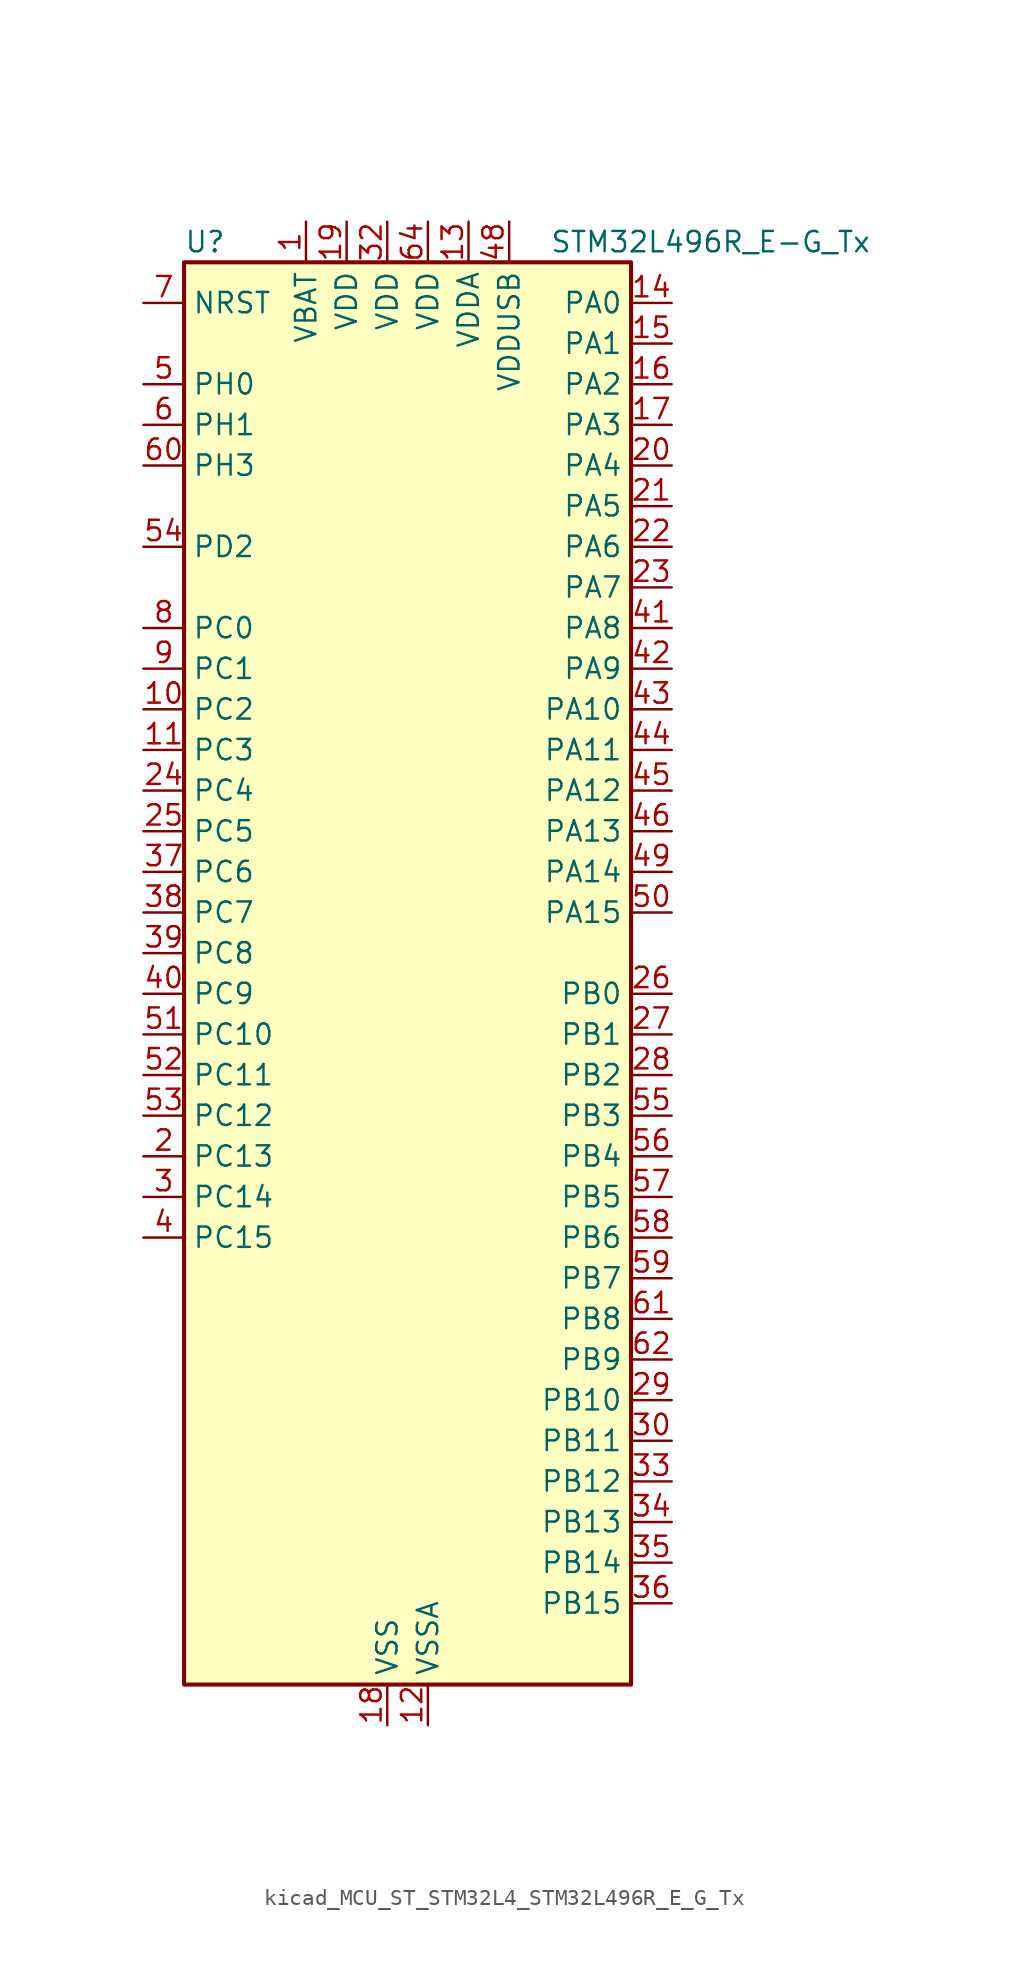
<source format=kicad_sym>
(kicad_symbol_lib
  (version 20220914)
  (generator kicad_symbol_editor)
  (symbol "kicad_MCU_ST_STM32L4_STM32L496R_E_G_Tx"
    (property "Reference" "U"
      (at -12.7 46.99 0)
      (effects (font (size 1.27 1.27)) (justify left)))
    (property "Value" "STM32L496R_E-G_Tx"
      (at 10.16 46.99 0)
      (effects (font (size 1.27 1.27)) (justify left)))
    (property "ki_locked" ""
      (at 0 0 0)
      (effects (font (size 1.27 1.27))))
    (symbol "kicad_MCU_ST_STM32L4_STM32L496R_E_G_Tx_0_1"
      (rectangle (start -12.7 -43.18) (end 15.24 45.72) (stroke (width 0.254) (type default)) (fill (type background))))
    (symbol "kicad_MCU_ST_STM32L4_STM32L496R_E_G_Tx_1_1"
      (pin power_in line (at -5.08 48.26 270) (length 2.54) (name "VBAT" (effects (font (size 1.27 1.27)))) (number "1" (effects (font (size 1.27 1.27)))))
      (pin bidirectional line (at -15.24 17.78 0) (length 2.54) (name "PC2" (effects (font (size 1.27 1.27)))) (number "10" (effects (font (size 1.27 1.27)))) (alternate "ADC1_IN3" bidirectional line) (alternate "ADC2_IN3" bidirectional line) (alternate "ADC3_IN3" bidirectional line) (alternate "DFSDM1_CKOUT" bidirectional line) (alternate "LCD_SEG20" bidirectional line) (alternate "LPTIM1_IN2" bidirectional line) (alternate "QUADSPI_BK2_IO1" bidirectional line) (alternate "SPI2_MISO" bidirectional line))
      (pin bidirectional line (at -15.24 15.24 0) (length 2.54) (name "PC3" (effects (font (size 1.27 1.27)))) (number "11" (effects (font (size 1.27 1.27)))) (alternate "ADC1_IN4" bidirectional line) (alternate "ADC2_IN4" bidirectional line) (alternate "ADC3_IN4" bidirectional line) (alternate "LCD_VLCD" bidirectional line) (alternate "LPTIM1_ETR" bidirectional line) (alternate "LPTIM2_ETR" bidirectional line) (alternate "QUADSPI_BK2_IO2" bidirectional line) (alternate "SAI1_SD_A" bidirectional line) (alternate "SPI2_MOSI" bidirectional line))
      (pin power_in line (at 2.54 -45.72 90) (length 2.54) (name "VSSA" (effects (font (size 1.27 1.27)))) (number "12" (effects (font (size 1.27 1.27)))))
      (pin power_in line (at 5.08 48.26 270) (length 2.54) (name "VDDA" (effects (font (size 1.27 1.27)))) (number "13" (effects (font (size 1.27 1.27)))))
      (pin bidirectional line (at 17.78 43.18 180) (length 2.54) (name "PA0" (effects (font (size 1.27 1.27)))) (number "14" (effects (font (size 1.27 1.27)))) (alternate "ADC1_IN5" bidirectional line) (alternate "ADC2_IN5" bidirectional line) (alternate "OPAMP1_VINP" bidirectional line) (alternate "RTC_TAMP2" bidirectional line) (alternate "SAI1_EXTCLK" bidirectional line) (alternate "SYS_WKUP1" bidirectional line) (alternate "TIM2_CH1" bidirectional line) (alternate "TIM2_ETR" bidirectional line) (alternate "TIM5_CH1" bidirectional line) (alternate "TIM8_ETR" bidirectional line) (alternate "UART4_TX" bidirectional line) (alternate "USART2_CTS" bidirectional line))
      (pin bidirectional line (at 17.78 40.64 180) (length 2.54) (name "PA1" (effects (font (size 1.27 1.27)))) (number "15" (effects (font (size 1.27 1.27)))) (alternate "ADC1_IN6" bidirectional line) (alternate "ADC2_IN6" bidirectional line) (alternate "I2C1_SMBA" bidirectional line) (alternate "LCD_SEG0" bidirectional line) (alternate "OPAMP1_VINM" bidirectional line) (alternate "SPI1_SCK" bidirectional line) (alternate "TIM15_CH1N" bidirectional line) (alternate "TIM2_CH2" bidirectional line) (alternate "TIM5_CH2" bidirectional line) (alternate "UART4_RX" bidirectional line) (alternate "USART2_DE" bidirectional line) (alternate "USART2_RTS" bidirectional line))
      (pin bidirectional line (at 17.78 38.1 180) (length 2.54) (name "PA2" (effects (font (size 1.27 1.27)))) (number "16" (effects (font (size 1.27 1.27)))) (alternate "ADC1_IN7" bidirectional line) (alternate "ADC2_IN7" bidirectional line) (alternate "LCD_SEG1" bidirectional line) (alternate "LPUART1_TX" bidirectional line) (alternate "QUADSPI_BK1_NCS" bidirectional line) (alternate "RCC_LSCO" bidirectional line) (alternate "SAI2_EXTCLK" bidirectional line) (alternate "SYS_WKUP4" bidirectional line) (alternate "TIM15_CH1" bidirectional line) (alternate "TIM2_CH3" bidirectional line) (alternate "TIM5_CH3" bidirectional line) (alternate "USART2_TX" bidirectional line))
      (pin bidirectional line (at 17.78 35.56 180) (length 2.54) (name "PA3" (effects (font (size 1.27 1.27)))) (number "17" (effects (font (size 1.27 1.27)))) (alternate "ADC1_IN8" bidirectional line) (alternate "ADC2_IN8" bidirectional line) (alternate "LCD_SEG2" bidirectional line) (alternate "LPUART1_RX" bidirectional line) (alternate "OPAMP1_VOUT" bidirectional line) (alternate "QUADSPI_CLK" bidirectional line) (alternate "SAI1_MCLK_A" bidirectional line) (alternate "TIM15_CH2" bidirectional line) (alternate "TIM2_CH4" bidirectional line) (alternate "TIM5_CH4" bidirectional line) (alternate "USART2_RX" bidirectional line))
      (pin power_in line (at 0 -45.72 90) (length 2.54) (name "VSS" (effects (font (size 1.27 1.27)))) (number "18" (effects (font (size 1.27 1.27)))))
      (pin power_in line (at -2.54 48.26 270) (length 2.54) (name "VDD" (effects (font (size 1.27 1.27)))) (number "19" (effects (font (size 1.27 1.27)))))
      (pin bidirectional line (at -15.24 -10.16 0) (length 2.54) (name "PC13" (effects (font (size 1.27 1.27)))) (number "2" (effects (font (size 1.27 1.27)))) (alternate "RTC_OUT_ALARM" bidirectional line) (alternate "RTC_OUT_CALIB" bidirectional line) (alternate "RTC_TAMP1" bidirectional line) (alternate "RTC_TS" bidirectional line) (alternate "SYS_WKUP2" bidirectional line))
      (pin bidirectional line (at 17.78 33.02 180) (length 2.54) (name "PA4" (effects (font (size 1.27 1.27)))) (number "20" (effects (font (size 1.27 1.27)))) (alternate "ADC1_IN9" bidirectional line) (alternate "ADC2_IN9" bidirectional line) (alternate "DAC1_OUT1" bidirectional line) (alternate "DCMI_HSYNC" bidirectional line) (alternate "LPTIM2_OUT" bidirectional line) (alternate "SAI1_FS_B" bidirectional line) (alternate "SPI1_NSS" bidirectional line) (alternate "SPI3_NSS" bidirectional line) (alternate "USART2_CK" bidirectional line))
      (pin bidirectional line (at 17.78 30.48 180) (length 2.54) (name "PA5" (effects (font (size 1.27 1.27)))) (number "21" (effects (font (size 1.27 1.27)))) (alternate "ADC1_IN10" bidirectional line) (alternate "ADC2_IN10" bidirectional line) (alternate "DAC1_OUT2" bidirectional line) (alternate "LPTIM2_ETR" bidirectional line) (alternate "SPI1_SCK" bidirectional line) (alternate "TIM2_CH1" bidirectional line) (alternate "TIM2_ETR" bidirectional line) (alternate "TIM8_CH1N" bidirectional line))
      (pin bidirectional line (at 17.78 27.94 180) (length 2.54) (name "PA6" (effects (font (size 1.27 1.27)))) (number "22" (effects (font (size 1.27 1.27)))) (alternate "ADC1_IN11" bidirectional line) (alternate "ADC2_IN11" bidirectional line) (alternate "DCMI_PIXCLK" bidirectional line) (alternate "LCD_SEG3" bidirectional line) (alternate "LPUART1_CTS" bidirectional line) (alternate "OPAMP2_VINP" bidirectional line) (alternate "QUADSPI_BK1_IO3" bidirectional line) (alternate "SPI1_MISO" bidirectional line) (alternate "TIM16_CH1" bidirectional line) (alternate "TIM1_BKIN" bidirectional line) (alternate "TIM1_BKIN_COMP2" bidirectional line) (alternate "TIM3_CH1" bidirectional line) (alternate "TIM8_BKIN" bidirectional line) (alternate "TIM8_BKIN_COMP2" bidirectional line) (alternate "USART3_CTS" bidirectional line))
      (pin bidirectional line (at 17.78 25.4 180) (length 2.54) (name "PA7" (effects (font (size 1.27 1.27)))) (number "23" (effects (font (size 1.27 1.27)))) (alternate "ADC1_IN12" bidirectional line) (alternate "ADC2_IN12" bidirectional line) (alternate "I2C3_SCL" bidirectional line) (alternate "LCD_SEG4" bidirectional line) (alternate "OPAMP2_VINM" bidirectional line) (alternate "QUADSPI_BK1_IO2" bidirectional line) (alternate "SPI1_MOSI" bidirectional line) (alternate "TIM17_CH1" bidirectional line) (alternate "TIM1_CH1N" bidirectional line) (alternate "TIM3_CH2" bidirectional line) (alternate "TIM8_CH1N" bidirectional line))
      (pin bidirectional line (at -15.24 12.7 0) (length 2.54) (name "PC4" (effects (font (size 1.27 1.27)))) (number "24" (effects (font (size 1.27 1.27)))) (alternate "ADC1_IN13" bidirectional line) (alternate "ADC2_IN13" bidirectional line) (alternate "COMP1_INM" bidirectional line) (alternate "LCD_SEG22" bidirectional line) (alternate "QUADSPI_BK2_IO3" bidirectional line) (alternate "USART3_TX" bidirectional line))
      (pin bidirectional line (at -15.24 10.16 0) (length 2.54) (name "PC5" (effects (font (size 1.27 1.27)))) (number "25" (effects (font (size 1.27 1.27)))) (alternate "ADC1_IN14" bidirectional line) (alternate "ADC2_IN14" bidirectional line) (alternate "COMP1_INP" bidirectional line) (alternate "LCD_SEG23" bidirectional line) (alternate "SYS_WKUP5" bidirectional line) (alternate "USART3_RX" bidirectional line))
      (pin bidirectional line (at 17.78 0 180) (length 2.54) (name "PB0" (effects (font (size 1.27 1.27)))) (number "26" (effects (font (size 1.27 1.27)))) (alternate "ADC1_IN15" bidirectional line) (alternate "ADC2_IN15" bidirectional line) (alternate "COMP1_OUT" bidirectional line) (alternate "LCD_SEG5" bidirectional line) (alternate "OPAMP2_VOUT" bidirectional line) (alternate "QUADSPI_BK1_IO1" bidirectional line) (alternate "SAI1_EXTCLK" bidirectional line) (alternate "SPI1_NSS" bidirectional line) (alternate "TIM1_CH2N" bidirectional line) (alternate "TIM3_CH3" bidirectional line) (alternate "TIM8_CH2N" bidirectional line) (alternate "USART3_CK" bidirectional line))
      (pin bidirectional line (at 17.78 -2.54 180) (length 2.54) (name "PB1" (effects (font (size 1.27 1.27)))) (number "27" (effects (font (size 1.27 1.27)))) (alternate "ADC1_IN16" bidirectional line) (alternate "ADC2_IN16" bidirectional line) (alternate "COMP1_INM" bidirectional line) (alternate "DFSDM1_DATIN0" bidirectional line) (alternate "LCD_SEG6" bidirectional line) (alternate "LPTIM2_IN1" bidirectional line) (alternate "LPUART1_DE" bidirectional line) (alternate "LPUART1_RTS" bidirectional line) (alternate "QUADSPI_BK1_IO0" bidirectional line) (alternate "TIM1_CH3N" bidirectional line) (alternate "TIM3_CH4" bidirectional line) (alternate "TIM8_CH3N" bidirectional line) (alternate "USART3_DE" bidirectional line) (alternate "USART3_RTS" bidirectional line))
      (pin bidirectional line (at 17.78 -5.08 180) (length 2.54) (name "PB2" (effects (font (size 1.27 1.27)))) (number "28" (effects (font (size 1.27 1.27)))) (alternate "COMP1_INP" bidirectional line) (alternate "DFSDM1_CKIN0" bidirectional line) (alternate "I2C3_SMBA" bidirectional line) (alternate "LCD_VLCD" bidirectional line) (alternate "LPTIM1_OUT" bidirectional line) (alternate "RTC_OUT_ALARM" bidirectional line) (alternate "RTC_OUT_CALIB" bidirectional line))
      (pin bidirectional line (at 17.78 -25.4 180) (length 2.54) (name "PB10" (effects (font (size 1.27 1.27)))) (number "29" (effects (font (size 1.27 1.27)))) (alternate "COMP1_OUT" bidirectional line) (alternate "DFSDM1_DATIN7" bidirectional line) (alternate "I2C2_SCL" bidirectional line) (alternate "I2C4_SCL" bidirectional line) (alternate "LCD_SEG10" bidirectional line) (alternate "LPUART1_RX" bidirectional line) (alternate "QUADSPI_CLK" bidirectional line) (alternate "SAI1_SCK_A" bidirectional line) (alternate "SPI2_SCK" bidirectional line) (alternate "TIM2_CH3" bidirectional line) (alternate "TSC_SYNC" bidirectional line) (alternate "USART3_TX" bidirectional line))
      (pin bidirectional line (at -15.24 -12.7 0) (length 2.54) (name "PC14" (effects (font (size 1.27 1.27)))) (number "3" (effects (font (size 1.27 1.27)))) (alternate "RCC_OSC32_IN" bidirectional line))
      (pin bidirectional line (at 17.78 -27.94 180) (length 2.54) (name "PB11" (effects (font (size 1.27 1.27)))) (number "30" (effects (font (size 1.27 1.27)))) (alternate "ADC1_EXTI11" bidirectional line) (alternate "ADC2_EXTI11" bidirectional line) (alternate "ADC3_EXTI11" bidirectional line) (alternate "COMP2_OUT" bidirectional line) (alternate "DFSDM1_CKIN7" bidirectional line) (alternate "I2C2_SDA" bidirectional line) (alternate "I2C4_SDA" bidirectional line) (alternate "LCD_SEG11" bidirectional line) (alternate "LPUART1_TX" bidirectional line) (alternate "QUADSPI_BK1_NCS" bidirectional line) (alternate "TIM2_CH4" bidirectional line) (alternate "USART3_RX" bidirectional line))
      (pin passive line (at 0 -45.72 90) (length 2.54) hide (name "VSS" (effects (font (size 1.27 1.27)))) (number "31" (effects (font (size 1.27 1.27)))))
      (pin power_in line (at 0 48.26 270) (length 2.54) (name "VDD" (effects (font (size 1.27 1.27)))) (number "32" (effects (font (size 1.27 1.27)))))
      (pin bidirectional line (at 17.78 -30.48 180) (length 2.54) (name "PB12" (effects (font (size 1.27 1.27)))) (number "33" (effects (font (size 1.27 1.27)))) (alternate "CAN2_RX" bidirectional line) (alternate "DFSDM1_DATIN1" bidirectional line) (alternate "I2C2_SMBA" bidirectional line) (alternate "LCD_SEG12" bidirectional line) (alternate "LPUART1_DE" bidirectional line) (alternate "LPUART1_RTS" bidirectional line) (alternate "SAI2_FS_A" bidirectional line) (alternate "SPI2_NSS" bidirectional line) (alternate "SWPMI1_IO" bidirectional line) (alternate "TIM15_BKIN" bidirectional line) (alternate "TIM1_BKIN" bidirectional line) (alternate "TIM1_BKIN_COMP2" bidirectional line) (alternate "TSC_G1_IO1" bidirectional line) (alternate "USART3_CK" bidirectional line))
      (pin bidirectional line (at 17.78 -33.02 180) (length 2.54) (name "PB13" (effects (font (size 1.27 1.27)))) (number "34" (effects (font (size 1.27 1.27)))) (alternate "CAN2_TX" bidirectional line) (alternate "DFSDM1_CKIN1" bidirectional line) (alternate "I2C2_SCL" bidirectional line) (alternate "LCD_SEG13" bidirectional line) (alternate "LPUART1_CTS" bidirectional line) (alternate "SAI2_SCK_A" bidirectional line) (alternate "SPI2_SCK" bidirectional line) (alternate "SWPMI1_TX" bidirectional line) (alternate "TIM15_CH1N" bidirectional line) (alternate "TIM1_CH1N" bidirectional line) (alternate "TSC_G1_IO2" bidirectional line) (alternate "USART3_CTS" bidirectional line))
      (pin bidirectional line (at 17.78 -35.56 180) (length 2.54) (name "PB14" (effects (font (size 1.27 1.27)))) (number "35" (effects (font (size 1.27 1.27)))) (alternate "DFSDM1_DATIN2" bidirectional line) (alternate "I2C2_SDA" bidirectional line) (alternate "LCD_SEG14" bidirectional line) (alternate "SAI2_MCLK_A" bidirectional line) (alternate "SPI2_MISO" bidirectional line) (alternate "SWPMI1_RX" bidirectional line) (alternate "TIM15_CH1" bidirectional line) (alternate "TIM1_CH2N" bidirectional line) (alternate "TIM8_CH2N" bidirectional line) (alternate "TSC_G1_IO3" bidirectional line) (alternate "USART3_DE" bidirectional line) (alternate "USART3_RTS" bidirectional line))
      (pin bidirectional line (at 17.78 -38.1 180) (length 2.54) (name "PB15" (effects (font (size 1.27 1.27)))) (number "36" (effects (font (size 1.27 1.27)))) (alternate "ADC1_EXTI15" bidirectional line) (alternate "ADC2_EXTI15" bidirectional line) (alternate "ADC3_EXTI15" bidirectional line) (alternate "DFSDM1_CKIN2" bidirectional line) (alternate "LCD_SEG15" bidirectional line) (alternate "RTC_REFIN" bidirectional line) (alternate "SAI2_SD_A" bidirectional line) (alternate "SPI2_MOSI" bidirectional line) (alternate "SWPMI1_SUSPEND" bidirectional line) (alternate "TIM15_CH2" bidirectional line) (alternate "TIM1_CH3N" bidirectional line) (alternate "TIM8_CH3N" bidirectional line) (alternate "TSC_G1_IO4" bidirectional line))
      (pin bidirectional line (at -15.24 7.62 0) (length 2.54) (name "PC6" (effects (font (size 1.27 1.27)))) (number "37" (effects (font (size 1.27 1.27)))) (alternate "DCMI_D0" bidirectional line) (alternate "DFSDM1_CKIN3" bidirectional line) (alternate "LCD_SEG24" bidirectional line) (alternate "SAI2_MCLK_A" bidirectional line) (alternate "SDMMC1_D6" bidirectional line) (alternate "TIM3_CH1" bidirectional line) (alternate "TIM8_CH1" bidirectional line) (alternate "TSC_G4_IO1" bidirectional line))
      (pin bidirectional line (at -15.24 5.08 0) (length 2.54) (name "PC7" (effects (font (size 1.27 1.27)))) (number "38" (effects (font (size 1.27 1.27)))) (alternate "DCMI_D1" bidirectional line) (alternate "DFSDM1_DATIN3" bidirectional line) (alternate "LCD_SEG25" bidirectional line) (alternate "SAI2_MCLK_B" bidirectional line) (alternate "SDMMC1_D7" bidirectional line) (alternate "TIM3_CH2" bidirectional line) (alternate "TIM8_CH2" bidirectional line) (alternate "TSC_G4_IO2" bidirectional line))
      (pin bidirectional line (at -15.24 2.54 0) (length 2.54) (name "PC8" (effects (font (size 1.27 1.27)))) (number "39" (effects (font (size 1.27 1.27)))) (alternate "DCMI_D2" bidirectional line) (alternate "LCD_SEG26" bidirectional line) (alternate "SDMMC1_D0" bidirectional line) (alternate "TIM3_CH3" bidirectional line) (alternate "TIM8_CH3" bidirectional line) (alternate "TSC_G4_IO3" bidirectional line))
      (pin bidirectional line (at -15.24 -15.24 0) (length 2.54) (name "PC15" (effects (font (size 1.27 1.27)))) (number "4" (effects (font (size 1.27 1.27)))) (alternate "ADC1_EXTI15" bidirectional line) (alternate "ADC2_EXTI15" bidirectional line) (alternate "ADC3_EXTI15" bidirectional line) (alternate "RCC_OSC32_OUT" bidirectional line))
      (pin bidirectional line (at -15.24 0 0) (length 2.54) (name "PC9" (effects (font (size 1.27 1.27)))) (number "40" (effects (font (size 1.27 1.27)))) (alternate "DAC1_EXTI9" bidirectional line) (alternate "DCMI_D3" bidirectional line) (alternate "I2C3_SDA" bidirectional line) (alternate "LCD_SEG27" bidirectional line) (alternate "SAI2_EXTCLK" bidirectional line) (alternate "SDMMC1_D1" bidirectional line) (alternate "TIM3_CH4" bidirectional line) (alternate "TIM8_BKIN2" bidirectional line) (alternate "TIM8_BKIN2_COMP1" bidirectional line) (alternate "TIM8_CH4" bidirectional line) (alternate "TSC_G4_IO4" bidirectional line) (alternate "USB_OTG_FS_NOE" bidirectional line))
      (pin bidirectional line (at 17.78 22.86 180) (length 2.54) (name "PA8" (effects (font (size 1.27 1.27)))) (number "41" (effects (font (size 1.27 1.27)))) (alternate "LCD_COM0" bidirectional line) (alternate "LPTIM2_OUT" bidirectional line) (alternate "RCC_MCO" bidirectional line) (alternate "SAI1_SCK_A" bidirectional line) (alternate "SWPMI1_IO" bidirectional line) (alternate "TIM1_CH1" bidirectional line) (alternate "USART1_CK" bidirectional line) (alternate "USB_OTG_FS_SOF" bidirectional line))
      (pin bidirectional line (at 17.78 20.32 180) (length 2.54) (name "PA9" (effects (font (size 1.27 1.27)))) (number "42" (effects (font (size 1.27 1.27)))) (alternate "DAC1_EXTI9" bidirectional line) (alternate "DCMI_D0" bidirectional line) (alternate "LCD_COM1" bidirectional line) (alternate "SAI1_FS_A" bidirectional line) (alternate "SPI2_SCK" bidirectional line) (alternate "TIM15_BKIN" bidirectional line) (alternate "TIM1_CH2" bidirectional line) (alternate "USART1_TX" bidirectional line) (alternate "USB_OTG_FS_VBUS" bidirectional line))
      (pin bidirectional line (at 17.78 17.78 180) (length 2.54) (name "PA10" (effects (font (size 1.27 1.27)))) (number "43" (effects (font (size 1.27 1.27)))) (alternate "DCMI_D1" bidirectional line) (alternate "LCD_COM2" bidirectional line) (alternate "SAI1_SD_A" bidirectional line) (alternate "TIM17_BKIN" bidirectional line) (alternate "TIM1_CH3" bidirectional line) (alternate "USART1_RX" bidirectional line) (alternate "USB_OTG_FS_ID" bidirectional line))
      (pin bidirectional line (at 17.78 15.24 180) (length 2.54) (name "PA11" (effects (font (size 1.27 1.27)))) (number "44" (effects (font (size 1.27 1.27)))) (alternate "ADC1_EXTI11" bidirectional line) (alternate "ADC2_EXTI11" bidirectional line) (alternate "ADC3_EXTI11" bidirectional line) (alternate "CAN1_RX" bidirectional line) (alternate "SPI1_MISO" bidirectional line) (alternate "TIM1_BKIN2" bidirectional line) (alternate "TIM1_BKIN2_COMP1" bidirectional line) (alternate "TIM1_CH4" bidirectional line) (alternate "USART1_CTS" bidirectional line) (alternate "USB_OTG_FS_DM" bidirectional line))
      (pin bidirectional line (at 17.78 12.7 180) (length 2.54) (name "PA12" (effects (font (size 1.27 1.27)))) (number "45" (effects (font (size 1.27 1.27)))) (alternate "CAN1_TX" bidirectional line) (alternate "SPI1_MOSI" bidirectional line) (alternate "TIM1_ETR" bidirectional line) (alternate "USART1_DE" bidirectional line) (alternate "USART1_RTS" bidirectional line) (alternate "USB_OTG_FS_DP" bidirectional line))
      (pin bidirectional line (at 17.78 10.16 180) (length 2.54) (name "PA13" (effects (font (size 1.27 1.27)))) (number "46" (effects (font (size 1.27 1.27)))) (alternate "IR_OUT" bidirectional line) (alternate "SAI1_SD_B" bidirectional line) (alternate "SWPMI1_TX" bidirectional line) (alternate "SYS_JTMS-SWDIO" bidirectional line) (alternate "USB_OTG_FS_NOE" bidirectional line))
      (pin passive line (at 0 -45.72 90) (length 2.54) hide (name "VSS" (effects (font (size 1.27 1.27)))) (number "47" (effects (font (size 1.27 1.27)))))
      (pin power_in line (at 7.62 48.26 270) (length 2.54) (name "VDDUSB" (effects (font (size 1.27 1.27)))) (number "48" (effects (font (size 1.27 1.27)))))
      (pin bidirectional line (at 17.78 7.62 180) (length 2.54) (name "PA14" (effects (font (size 1.27 1.27)))) (number "49" (effects (font (size 1.27 1.27)))) (alternate "I2C1_SMBA" bidirectional line) (alternate "I2C4_SMBA" bidirectional line) (alternate "LPTIM1_OUT" bidirectional line) (alternate "SAI1_FS_B" bidirectional line) (alternate "SWPMI1_RX" bidirectional line) (alternate "SYS_JTCK-SWCLK" bidirectional line) (alternate "USB_OTG_FS_SOF" bidirectional line))
      (pin bidirectional line (at -15.24 38.1 0) (length 2.54) (name "PH0" (effects (font (size 1.27 1.27)))) (number "5" (effects (font (size 1.27 1.27)))) (alternate "RCC_OSC_IN" bidirectional line))
      (pin bidirectional line (at 17.78 5.08 180) (length 2.54) (name "PA15" (effects (font (size 1.27 1.27)))) (number "50" (effects (font (size 1.27 1.27)))) (alternate "ADC1_EXTI15" bidirectional line) (alternate "ADC2_EXTI15" bidirectional line) (alternate "ADC3_EXTI15" bidirectional line) (alternate "LCD_SEG17" bidirectional line) (alternate "SAI2_FS_B" bidirectional line) (alternate "SPI1_NSS" bidirectional line) (alternate "SPI3_NSS" bidirectional line) (alternate "SWPMI1_SUSPEND" bidirectional line) (alternate "SYS_JTDI" bidirectional line) (alternate "TIM2_CH1" bidirectional line) (alternate "TIM2_ETR" bidirectional line) (alternate "TSC_G3_IO1" bidirectional line) (alternate "UART4_DE" bidirectional line) (alternate "UART4_RTS" bidirectional line) (alternate "USART2_RX" bidirectional line) (alternate "USART3_DE" bidirectional line) (alternate "USART3_RTS" bidirectional line))
      (pin bidirectional line (at -15.24 -2.54 0) (length 2.54) (name "PC10" (effects (font (size 1.27 1.27)))) (number "51" (effects (font (size 1.27 1.27)))) (alternate "DCMI_D8" bidirectional line) (alternate "LCD_COM4" bidirectional line) (alternate "LCD_SEG28" bidirectional line) (alternate "LCD_SEG40" bidirectional line) (alternate "SAI2_SCK_B" bidirectional line) (alternate "SDMMC1_D2" bidirectional line) (alternate "SPI3_SCK" bidirectional line) (alternate "SYS_TRACED1" bidirectional line) (alternate "TSC_G3_IO2" bidirectional line) (alternate "UART4_TX" bidirectional line) (alternate "USART3_TX" bidirectional line))
      (pin bidirectional line (at -15.24 -5.08 0) (length 2.54) (name "PC11" (effects (font (size 1.27 1.27)))) (number "52" (effects (font (size 1.27 1.27)))) (alternate "ADC1_EXTI11" bidirectional line) (alternate "ADC2_EXTI11" bidirectional line) (alternate "ADC3_EXTI11" bidirectional line) (alternate "DCMI_D4" bidirectional line) (alternate "LCD_COM5" bidirectional line) (alternate "LCD_SEG29" bidirectional line) (alternate "LCD_SEG41" bidirectional line) (alternate "QUADSPI_BK2_NCS" bidirectional line) (alternate "SAI2_MCLK_B" bidirectional line) (alternate "SDMMC1_D3" bidirectional line) (alternate "SPI3_MISO" bidirectional line) (alternate "TSC_G3_IO3" bidirectional line) (alternate "UART4_RX" bidirectional line) (alternate "USART3_RX" bidirectional line))
      (pin bidirectional line (at -15.24 -7.62 0) (length 2.54) (name "PC12" (effects (font (size 1.27 1.27)))) (number "53" (effects (font (size 1.27 1.27)))) (alternate "DCMI_D9" bidirectional line) (alternate "LCD_COM6" bidirectional line) (alternate "LCD_SEG30" bidirectional line) (alternate "LCD_SEG42" bidirectional line) (alternate "SAI2_SD_B" bidirectional line) (alternate "SDMMC1_CK" bidirectional line) (alternate "SPI3_MOSI" bidirectional line) (alternate "SYS_TRACED3" bidirectional line) (alternate "TSC_G3_IO4" bidirectional line) (alternate "UART5_TX" bidirectional line) (alternate "USART3_CK" bidirectional line))
      (pin bidirectional line (at -15.24 27.94 0) (length 2.54) (name "PD2" (effects (font (size 1.27 1.27)))) (number "54" (effects (font (size 1.27 1.27)))) (alternate "DCMI_D11" bidirectional line) (alternate "LCD_COM7" bidirectional line) (alternate "LCD_SEG31" bidirectional line) (alternate "LCD_SEG43" bidirectional line) (alternate "SDMMC1_CMD" bidirectional line) (alternate "SYS_TRACED2" bidirectional line) (alternate "TIM3_ETR" bidirectional line) (alternate "TSC_SYNC" bidirectional line) (alternate "UART5_RX" bidirectional line) (alternate "USART3_DE" bidirectional line) (alternate "USART3_RTS" bidirectional line))
      (pin bidirectional line (at 17.78 -7.62 180) (length 2.54) (name "PB3" (effects (font (size 1.27 1.27)))) (number "55" (effects (font (size 1.27 1.27)))) (alternate "COMP2_INM" bidirectional line) (alternate "CRS_SYNC" bidirectional line) (alternate "LCD_SEG7" bidirectional line) (alternate "SAI1_SCK_B" bidirectional line) (alternate "SPI1_SCK" bidirectional line) (alternate "SPI3_SCK" bidirectional line) (alternate "SYS_JTDO-SWO" bidirectional line) (alternate "TIM2_CH2" bidirectional line) (alternate "USART1_DE" bidirectional line) (alternate "USART1_RTS" bidirectional line))
      (pin bidirectional line (at 17.78 -10.16 180) (length 2.54) (name "PB4" (effects (font (size 1.27 1.27)))) (number "56" (effects (font (size 1.27 1.27)))) (alternate "COMP2_INP" bidirectional line) (alternate "DCMI_D12" bidirectional line) (alternate "I2C3_SDA" bidirectional line) (alternate "LCD_SEG8" bidirectional line) (alternate "SAI1_MCLK_B" bidirectional line) (alternate "SPI1_MISO" bidirectional line) (alternate "SPI3_MISO" bidirectional line) (alternate "SYS_JTRST" bidirectional line) (alternate "TIM17_BKIN" bidirectional line) (alternate "TIM3_CH1" bidirectional line) (alternate "TSC_G2_IO1" bidirectional line) (alternate "UART5_DE" bidirectional line) (alternate "UART5_RTS" bidirectional line) (alternate "USART1_CTS" bidirectional line))
      (pin bidirectional line (at 17.78 -12.7 180) (length 2.54) (name "PB5" (effects (font (size 1.27 1.27)))) (number "57" (effects (font (size 1.27 1.27)))) (alternate "CAN2_RX" bidirectional line) (alternate "COMP2_OUT" bidirectional line) (alternate "DCMI_D10" bidirectional line) (alternate "I2C1_SMBA" bidirectional line) (alternate "LCD_SEG9" bidirectional line) (alternate "LPTIM1_IN1" bidirectional line) (alternate "SAI1_SD_B" bidirectional line) (alternate "SPI1_MOSI" bidirectional line) (alternate "SPI3_MOSI" bidirectional line) (alternate "TIM16_BKIN" bidirectional line) (alternate "TIM3_CH2" bidirectional line) (alternate "TSC_G2_IO2" bidirectional line) (alternate "UART5_CTS" bidirectional line) (alternate "USART1_CK" bidirectional line))
      (pin bidirectional line (at 17.78 -15.24 180) (length 2.54) (name "PB6" (effects (font (size 1.27 1.27)))) (number "58" (effects (font (size 1.27 1.27)))) (alternate "CAN2_TX" bidirectional line) (alternate "COMP2_INP" bidirectional line) (alternate "DCMI_D5" bidirectional line) (alternate "DFSDM1_DATIN5" bidirectional line) (alternate "I2C1_SCL" bidirectional line) (alternate "I2C4_SCL" bidirectional line) (alternate "LPTIM1_ETR" bidirectional line) (alternate "SAI1_FS_B" bidirectional line) (alternate "TIM16_CH1N" bidirectional line) (alternate "TIM4_CH1" bidirectional line) (alternate "TIM8_BKIN2" bidirectional line) (alternate "TIM8_BKIN2_COMP2" bidirectional line) (alternate "TSC_G2_IO3" bidirectional line) (alternate "USART1_TX" bidirectional line))
      (pin bidirectional line (at 17.78 -17.78 180) (length 2.54) (name "PB7" (effects (font (size 1.27 1.27)))) (number "59" (effects (font (size 1.27 1.27)))) (alternate "COMP2_INM" bidirectional line) (alternate "DCMI_VSYNC" bidirectional line) (alternate "DFSDM1_CKIN5" bidirectional line) (alternate "I2C1_SDA" bidirectional line) (alternate "I2C4_SDA" bidirectional line) (alternate "LCD_SEG21" bidirectional line) (alternate "LPTIM1_IN2" bidirectional line) (alternate "SYS_PVD_IN" bidirectional line) (alternate "TIM17_CH1N" bidirectional line) (alternate "TIM4_CH2" bidirectional line) (alternate "TIM8_BKIN" bidirectional line) (alternate "TIM8_BKIN_COMP1" bidirectional line) (alternate "TSC_G2_IO4" bidirectional line) (alternate "UART4_CTS" bidirectional line) (alternate "USART1_RX" bidirectional line))
      (pin bidirectional line (at -15.24 35.56 0) (length 2.54) (name "PH1" (effects (font (size 1.27 1.27)))) (number "6" (effects (font (size 1.27 1.27)))) (alternate "RCC_OSC_OUT" bidirectional line))
      (pin bidirectional line (at -15.24 33.02 0) (length 2.54) (name "PH3" (effects (font (size 1.27 1.27)))) (number "60" (effects (font (size 1.27 1.27)))))
      (pin bidirectional line (at 17.78 -20.32 180) (length 2.54) (name "PB8" (effects (font (size 1.27 1.27)))) (number "61" (effects (font (size 1.27 1.27)))) (alternate "CAN1_RX" bidirectional line) (alternate "DCMI_D6" bidirectional line) (alternate "DFSDM1_DATIN6" bidirectional line) (alternate "I2C1_SCL" bidirectional line) (alternate "LCD_SEG16" bidirectional line) (alternate "SAI1_MCLK_A" bidirectional line) (alternate "SDMMC1_D4" bidirectional line) (alternate "TIM16_CH1" bidirectional line) (alternate "TIM4_CH3" bidirectional line))
      (pin bidirectional line (at 17.78 -22.86 180) (length 2.54) (name "PB9" (effects (font (size 1.27 1.27)))) (number "62" (effects (font (size 1.27 1.27)))) (alternate "CAN1_TX" bidirectional line) (alternate "DAC1_EXTI9" bidirectional line) (alternate "DCMI_D7" bidirectional line) (alternate "DFSDM1_CKIN6" bidirectional line) (alternate "I2C1_SDA" bidirectional line) (alternate "IR_OUT" bidirectional line) (alternate "LCD_COM3" bidirectional line) (alternate "SAI1_FS_A" bidirectional line) (alternate "SDMMC1_D5" bidirectional line) (alternate "SPI2_NSS" bidirectional line) (alternate "TIM17_CH1" bidirectional line) (alternate "TIM4_CH4" bidirectional line))
      (pin passive line (at 0 -45.72 90) (length 2.54) hide (name "VSS" (effects (font (size 1.27 1.27)))) (number "63" (effects (font (size 1.27 1.27)))))
      (pin power_in line (at 2.54 48.26 270) (length 2.54) (name "VDD" (effects (font (size 1.27 1.27)))) (number "64" (effects (font (size 1.27 1.27)))))
      (pin input line (at -15.24 43.18 0) (length 2.54) (name "NRST" (effects (font (size 1.27 1.27)))) (number "7" (effects (font (size 1.27 1.27)))))
      (pin bidirectional line (at -15.24 22.86 0) (length 2.54) (name "PC0" (effects (font (size 1.27 1.27)))) (number "8" (effects (font (size 1.27 1.27)))) (alternate "ADC1_IN1" bidirectional line) (alternate "ADC2_IN1" bidirectional line) (alternate "ADC3_IN1" bidirectional line) (alternate "DFSDM1_DATIN4" bidirectional line) (alternate "I2C3_SCL" bidirectional line) (alternate "I2C4_SCL" bidirectional line) (alternate "LCD_SEG18" bidirectional line) (alternate "LPTIM1_IN1" bidirectional line) (alternate "LPTIM2_IN1" bidirectional line) (alternate "LPUART1_RX" bidirectional line))
      (pin bidirectional line (at -15.24 20.32 0) (length 2.54) (name "PC1" (effects (font (size 1.27 1.27)))) (number "9" (effects (font (size 1.27 1.27)))) (alternate "ADC1_IN2" bidirectional line) (alternate "ADC2_IN2" bidirectional line) (alternate "ADC3_IN2" bidirectional line) (alternate "DFSDM1_CKIN4" bidirectional line) (alternate "I2C3_SDA" bidirectional line) (alternate "I2C4_SDA" bidirectional line) (alternate "LCD_SEG19" bidirectional line) (alternate "LPTIM1_OUT" bidirectional line) (alternate "LPUART1_TX" bidirectional line) (alternate "QUADSPI_BK2_IO0" bidirectional line) (alternate "SAI1_SD_A" bidirectional line) (alternate "SPI2_MOSI" bidirectional line) (alternate "SYS_TRACED0" bidirectional line)))))
</source>
